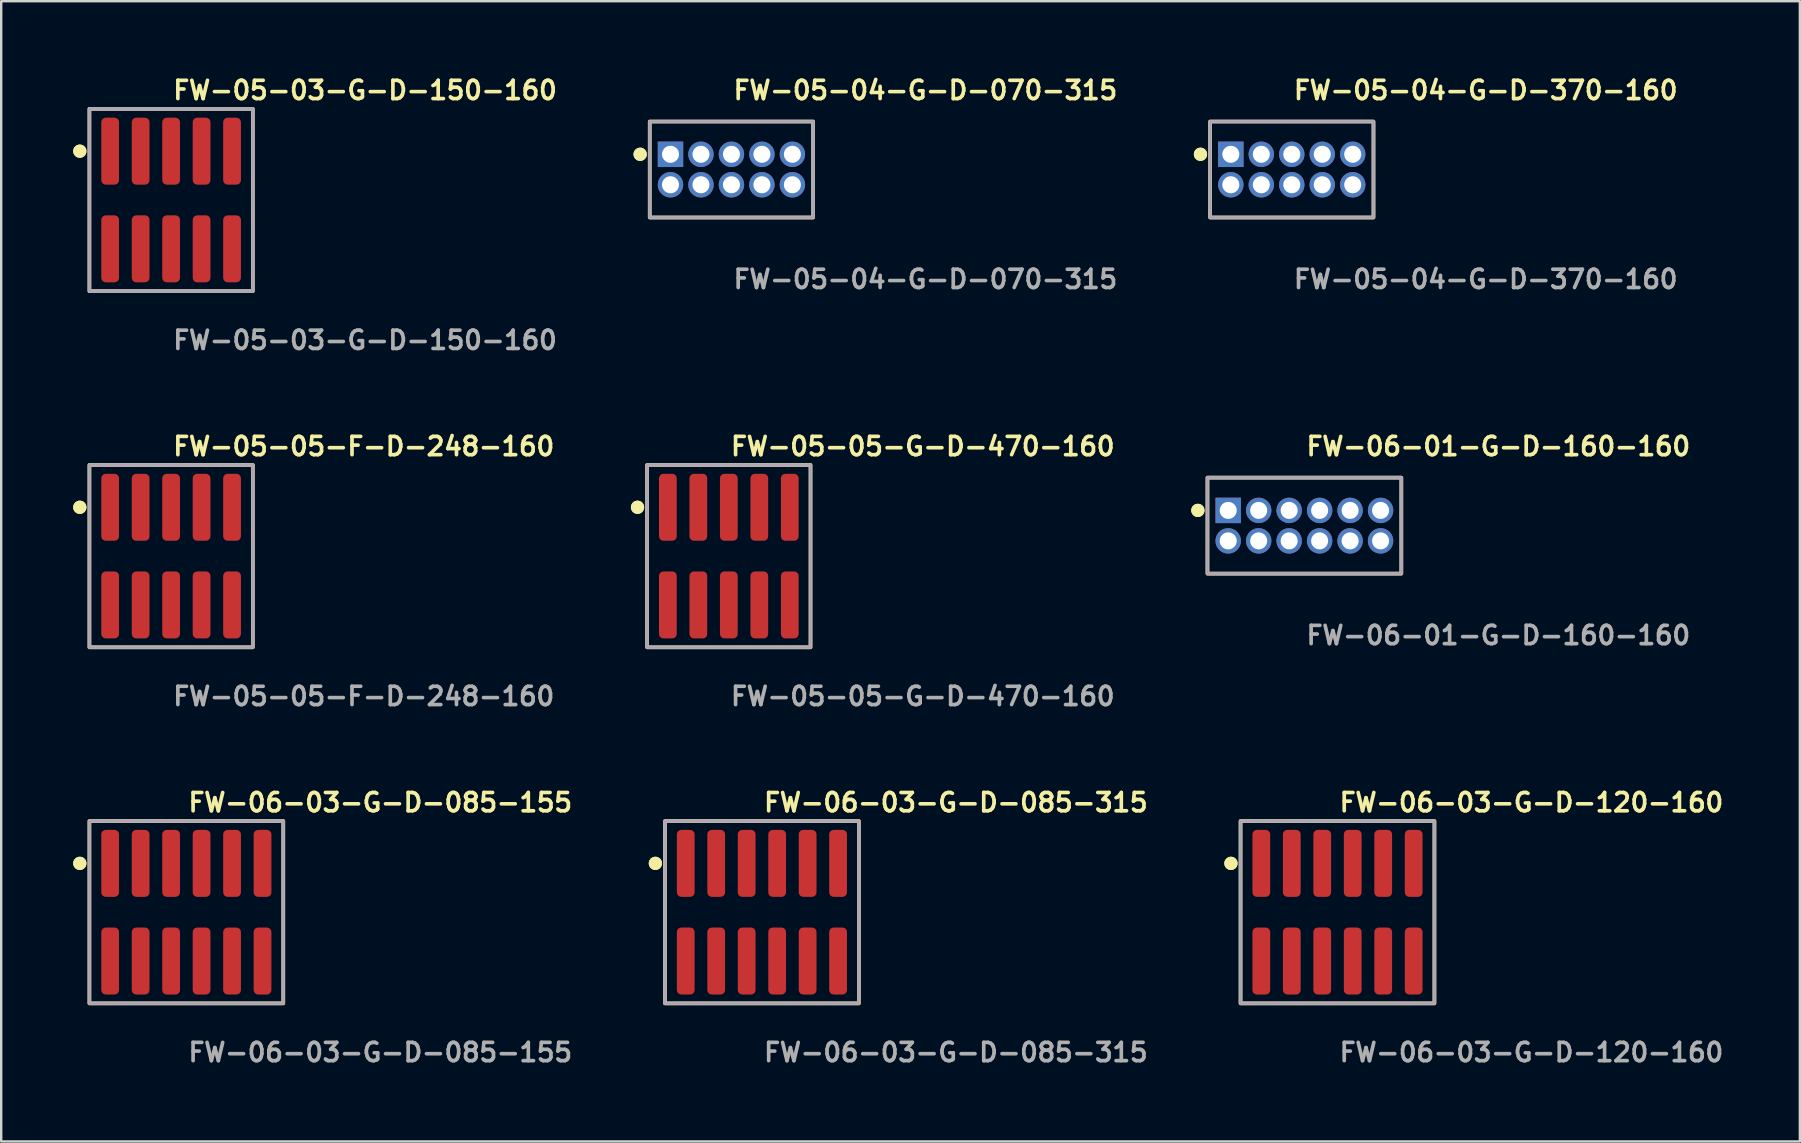
<source format=kicad_pcb>
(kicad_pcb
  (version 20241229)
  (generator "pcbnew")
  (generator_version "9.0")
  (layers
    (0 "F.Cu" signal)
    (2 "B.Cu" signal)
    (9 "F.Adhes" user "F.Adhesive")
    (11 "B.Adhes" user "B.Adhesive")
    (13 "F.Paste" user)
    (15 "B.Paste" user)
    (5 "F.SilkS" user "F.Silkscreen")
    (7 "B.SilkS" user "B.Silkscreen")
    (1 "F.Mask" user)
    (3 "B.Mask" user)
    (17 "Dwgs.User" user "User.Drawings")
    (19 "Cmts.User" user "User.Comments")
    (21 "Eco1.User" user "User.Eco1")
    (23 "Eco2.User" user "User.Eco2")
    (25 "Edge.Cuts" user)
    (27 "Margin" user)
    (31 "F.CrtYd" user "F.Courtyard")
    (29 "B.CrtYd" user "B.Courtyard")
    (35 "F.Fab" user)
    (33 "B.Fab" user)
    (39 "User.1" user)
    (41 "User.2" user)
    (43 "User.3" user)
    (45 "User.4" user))
  (footprint "FW-05-05-F-D-248-160"
    (layer "F.Cu")
    (at 4.081 20.126)
    (property "Reference" "FW-05-05-F-D-248-160" (at 0 -4.572 0) (unlocked yes) (layer "F.SilkS") (effects (font (size 0.762 0.762) (thickness 0.152)) (justify left)))
    (fp_rect (start -3.405 3.8) (end 3.405 -3.8) (stroke (width 0.152) (type solid)) (fill no) (layer "F.SilkS"))
    (fp_circle (center -3.805 -2.035) (end -4.005 -2.035) (stroke (width 0.152) (type solid)) (fill yes) (layer "F.SilkS"))
    (fp_circle (center -3.805 -2.035) (end -4.005 -2.035) (stroke (width 0.152) (type solid)) (fill yes) (layer "F.SilkS"))
    (fp_rect (start -3.405 3.8) (end 3.405 -3.8) (stroke (width 0.006) (type solid)) (fill no) (layer "F.CrtYd"))
    (fp_rect (start -3.405 3.8) (end 3.405 -3.8) (stroke (width 0.152) (type solid)) (fill no) (layer "F.Fab"))
    (fp_text user "${REFERENCE}" (at 0 5.842 0) (unlocked yes) (layer "F.Fab") (effects (font (size 0.762 0.762) (thickness 0.152)) (justify left)))
    (pad "1" smd roundrect (at -2.54 -2.035) (size 0.74 2.79) (layers "F.Cu" "F.Paste") (roundrect_rratio 0.25))
    (pad "2" smd roundrect (at -2.54 2.035) (size 0.74 2.79) (layers "F.Cu" "F.Paste") (roundrect_rratio 0.25))
    (pad "3" smd roundrect (at -1.27 -2.035) (size 0.74 2.79) (layers "F.Cu" "F.Paste") (roundrect_rratio 0.25))
    (pad "4" smd roundrect (at -1.27 2.035) (size 0.74 2.79) (layers "F.Cu" "F.Paste") (roundrect_rratio 0.25))
    (pad "5" smd roundrect (at 0 -2.035) (size 0.74 2.79) (layers "F.Cu" "F.Paste") (roundrect_rratio 0.25))
    (pad "6" smd roundrect (at 0 2.035) (size 0.74 2.79) (layers "F.Cu" "F.Paste") (roundrect_rratio 0.25))
    (pad "7" smd roundrect (at 1.27 -2.035) (size 0.74 2.79) (layers "F.Cu" "F.Paste") (roundrect_rratio 0.25))
    (pad "8" smd roundrect (at 1.27 2.035) (size 0.74 2.79) (layers "F.Cu" "F.Paste") (roundrect_rratio 0.25))
    (pad "9" smd roundrect (at 2.54 -2.035) (size 0.74 2.79) (layers "F.Cu" "F.Paste") (roundrect_rratio 0.25))
    (pad "10" smd roundrect (at 2.54 2.035) (size 0.74 2.79) (layers "F.Cu" "F.Paste") (roundrect_rratio 0.25)))
  (footprint "FW-05-04-G-D-070-315"
    (layer "F.Cu")
    (at 27.433 4.015)
    (property "Reference" "FW-05-04-G-D-070-315" (at 0 -3.302 0) (unlocked yes) (layer "F.SilkS") (effects (font (size 0.762 0.762) (thickness 0.152)) (justify left)))
    (fp_rect (start -3.405 2) (end 3.405 -2) (stroke (width 0.152) (type solid)) (fill no) (layer "F.SilkS"))
    (fp_circle (center -3.805 -0.635) (end -4.005 -0.635) (stroke (width 0.152) (type solid)) (fill yes) (layer "F.SilkS"))
    (fp_circle (center -3.805 -0.635) (end -4.005 -0.635) (stroke (width 0.152) (type solid)) (fill yes) (layer "F.SilkS"))
    (fp_rect (start -3.405 2) (end 3.405 -2) (stroke (width 0.006) (type solid)) (fill no) (layer "F.CrtYd"))
    (fp_rect (start -3.405 2) (end 3.405 -2) (stroke (width 0.152) (type solid)) (fill no) (layer "F.Fab"))
    (fp_text user "${REFERENCE}" (at 0 4.572 0) (unlocked yes) (layer "F.Fab") (effects (font (size 0.762 0.762) (thickness 0.152)) (justify left)))
    (pad "1" thru_hole rect (at -2.54 -0.635) (size 1.06 1.06) (drill 0.71) (layers "*.Cu" "*.Mask"))
    (pad "2" thru_hole circle (at -2.54 0.635) (size 1.06 1.06) (drill 0.71) (layers "*.Cu" "*.Mask"))
    (pad "3" thru_hole circle (at -1.27 -0.635) (size 1.06 1.06) (drill 0.71) (layers "*.Cu" "*.Mask"))
    (pad "4" thru_hole circle (at -1.27 0.635) (size 1.06 1.06) (drill 0.71) (layers "*.Cu" "*.Mask"))
    (pad "5" thru_hole circle (at 0 -0.635) (size 1.06 1.06) (drill 0.71) (layers "*.Cu" "*.Mask"))
    (pad "6" thru_hole circle (at 0 0.635) (size 1.06 1.06) (drill 0.71) (layers "*.Cu" "*.Mask"))
    (pad "7" thru_hole circle (at 1.27 -0.635) (size 1.06 1.06) (drill 0.71) (layers "*.Cu" "*.Mask"))
    (pad "8" thru_hole circle (at 1.27 0.635) (size 1.06 1.06) (drill 0.71) (layers "*.Cu" "*.Mask"))
    (pad "9" thru_hole circle (at 2.54 -0.635) (size 1.06 1.06) (drill 0.71) (layers "*.Cu" "*.Mask"))
    (pad "10" thru_hole circle (at 2.54 0.635) (size 1.06 1.06) (drill 0.71) (layers "*.Cu" "*.Mask")))
  (footprint "FW-06-03-G-D-120-160"
    (layer "F.Cu")
    (at 52.69 34.966)
    (property "Reference" "FW-06-03-G-D-120-160" (at 0 -4.572 0) (unlocked yes) (layer "F.SilkS") (effects (font (size 0.762 0.762) (thickness 0.152)) (justify left)))
    (fp_rect (start -4.04 3.8) (end 4.04 -3.8) (stroke (width 0.152) (type solid)) (fill no) (layer "F.SilkS"))
    (fp_circle (center -4.44 -2.035) (end -4.64 -2.035) (stroke (width 0.152) (type solid)) (fill yes) (layer "F.SilkS"))
    (fp_circle (center -4.44 -2.035) (end -4.64 -2.035) (stroke (width 0.152) (type solid)) (fill yes) (layer "F.SilkS"))
    (fp_rect (start -4.04 3.8) (end 4.04 -3.8) (stroke (width 0.006) (type solid)) (fill no) (layer "F.CrtYd"))
    (fp_rect (start -4.04 3.8) (end 4.04 -3.8) (stroke (width 0.152) (type solid)) (fill no) (layer "F.Fab"))
    (fp_text user "${REFERENCE}" (at 0 5.842 0) (unlocked yes) (layer "F.Fab") (effects (font (size 0.762 0.762) (thickness 0.152)) (justify left)))
    (pad "1" smd roundrect (at -3.175 -2.035) (size 0.74 2.79) (layers "F.Cu" "F.Paste") (roundrect_rratio 0.25))
    (pad "2" smd roundrect (at -3.175 2.035) (size 0.74 2.79) (layers "F.Cu" "F.Paste") (roundrect_rratio 0.25))
    (pad "3" smd roundrect (at -1.905 -2.035) (size 0.74 2.79) (layers "F.Cu" "F.Paste") (roundrect_rratio 0.25))
    (pad "4" smd roundrect (at -1.905 2.035) (size 0.74 2.79) (layers "F.Cu" "F.Paste") (roundrect_rratio 0.25))
    (pad "5" smd roundrect (at -0.635 -2.035) (size 0.74 2.79) (layers "F.Cu" "F.Paste") (roundrect_rratio 0.25))
    (pad "6" smd roundrect (at -0.635 2.035) (size 0.74 2.79) (layers "F.Cu" "F.Paste") (roundrect_rratio 0.25))
    (pad "7" smd roundrect (at 0.635 -2.035) (size 0.74 2.79) (layers "F.Cu" "F.Paste") (roundrect_rratio 0.25))
    (pad "8" smd roundrect (at 0.635 2.035) (size 0.74 2.79) (layers "F.Cu" "F.Paste") (roundrect_rratio 0.25))
    (pad "9" smd roundrect (at 1.905 -2.035) (size 0.74 2.79) (layers "F.Cu" "F.Paste") (roundrect_rratio 0.25))
    (pad "10" smd roundrect (at 1.905 2.035) (size 0.74 2.79) (layers "F.Cu" "F.Paste") (roundrect_rratio 0.25))
    (pad "11" smd roundrect (at 3.175 -2.035) (size 0.74 2.79) (layers "F.Cu" "F.Paste") (roundrect_rratio 0.25))
    (pad "12" smd roundrect (at 3.175 2.035) (size 0.74 2.79) (layers "F.Cu" "F.Paste") (roundrect_rratio 0.25)))
  (footprint "FW-05-04-G-D-370-160"
    (layer "F.Cu")
    (at 50.785 4.015)
    (property "Reference" "FW-05-04-G-D-370-160" (at 0 -3.302 0) (unlocked yes) (layer "F.SilkS") (effects (font (size 0.762 0.762) (thickness 0.152)) (justify left)))
    (fp_rect (start -3.405 2) (end 3.405 -2) (stroke (width 0.152) (type solid)) (fill no) (layer "F.SilkS"))
    (fp_circle (center -3.805 -0.635) (end -4.005 -0.635) (stroke (width 0.152) (type solid)) (fill yes) (layer "F.SilkS"))
    (fp_circle (center -3.805 -0.635) (end -4.005 -0.635) (stroke (width 0.152) (type solid)) (fill yes) (layer "F.SilkS"))
    (fp_rect (start -3.405 2) (end 3.405 -2) (stroke (width 0.006) (type solid)) (fill no) (layer "F.CrtYd"))
    (fp_rect (start -3.405 2) (end 3.405 -2) (stroke (width 0.152) (type solid)) (fill no) (layer "F.Fab"))
    (fp_text user "${REFERENCE}" (at 0 4.572 0) (unlocked yes) (layer "F.Fab") (effects (font (size 0.762 0.762) (thickness 0.152)) (justify left)))
    (pad "1" thru_hole rect (at -2.54 -0.635) (size 1.06 1.06) (drill 0.71) (layers "*.Cu" "*.Mask"))
    (pad "2" thru_hole circle (at -2.54 0.635) (size 1.06 1.06) (drill 0.71) (layers "*.Cu" "*.Mask"))
    (pad "3" thru_hole circle (at -1.27 -0.635) (size 1.06 1.06) (drill 0.71) (layers "*.Cu" "*.Mask"))
    (pad "4" thru_hole circle (at -1.27 0.635) (size 1.06 1.06) (drill 0.71) (layers "*.Cu" "*.Mask"))
    (pad "5" thru_hole circle (at 0 -0.635) (size 1.06 1.06) (drill 0.71) (layers "*.Cu" "*.Mask"))
    (pad "6" thru_hole circle (at 0 0.635) (size 1.06 1.06) (drill 0.71) (layers "*.Cu" "*.Mask"))
    (pad "7" thru_hole circle (at 1.27 -0.635) (size 1.06 1.06) (drill 0.71) (layers "*.Cu" "*.Mask"))
    (pad "8" thru_hole circle (at 1.27 0.635) (size 1.06 1.06) (drill 0.71) (layers "*.Cu" "*.Mask"))
    (pad "9" thru_hole circle (at 2.54 -0.635) (size 1.06 1.06) (drill 0.71) (layers "*.Cu" "*.Mask"))
    (pad "10" thru_hole circle (at 2.54 0.635) (size 1.06 1.06) (drill 0.71) (layers "*.Cu" "*.Mask")))
  (footprint "FW-05-05-G-D-470-160"
    (layer "F.Cu")
    (at 27.324 20.126)
    (property "Reference" "FW-05-05-G-D-470-160" (at 0 -4.572 0) (unlocked yes) (layer "F.SilkS") (effects (font (size 0.762 0.762) (thickness 0.152)) (justify left)))
    (fp_rect (start -3.405 3.8) (end 3.405 -3.8) (stroke (width 0.152) (type solid)) (fill no) (layer "F.SilkS"))
    (fp_circle (center -3.805 -2.035) (end -4.005 -2.035) (stroke (width 0.152) (type solid)) (fill yes) (layer "F.SilkS"))
    (fp_circle (center -3.805 -2.035) (end -4.005 -2.035) (stroke (width 0.152) (type solid)) (fill yes) (layer "F.SilkS"))
    (fp_rect (start -3.405 3.8) (end 3.405 -3.8) (stroke (width 0.006) (type solid)) (fill no) (layer "F.CrtYd"))
    (fp_rect (start -3.405 3.8) (end 3.405 -3.8) (stroke (width 0.152) (type solid)) (fill no) (layer "F.Fab"))
    (fp_text user "${REFERENCE}" (at 0 5.842 0) (unlocked yes) (layer "F.Fab") (effects (font (size 0.762 0.762) (thickness 0.152)) (justify left)))
    (pad "1" smd roundrect (at -2.54 -2.035) (size 0.74 2.79) (layers "F.Cu" "F.Paste") (roundrect_rratio 0.25))
    (pad "2" smd roundrect (at -2.54 2.035) (size 0.74 2.79) (layers "F.Cu" "F.Paste") (roundrect_rratio 0.25))
    (pad "3" smd roundrect (at -1.27 -2.035) (size 0.74 2.79) (layers "F.Cu" "F.Paste") (roundrect_rratio 0.25))
    (pad "4" smd roundrect (at -1.27 2.035) (size 0.74 2.79) (layers "F.Cu" "F.Paste") (roundrect_rratio 0.25))
    (pad "5" smd roundrect (at 0 -2.035) (size 0.74 2.79) (layers "F.Cu" "F.Paste") (roundrect_rratio 0.25))
    (pad "6" smd roundrect (at 0 2.035) (size 0.74 2.79) (layers "F.Cu" "F.Paste") (roundrect_rratio 0.25))
    (pad "7" smd roundrect (at 1.27 -2.035) (size 0.74 2.79) (layers "F.Cu" "F.Paste") (roundrect_rratio 0.25))
    (pad "8" smd roundrect (at 1.27 2.035) (size 0.74 2.79) (layers "F.Cu" "F.Paste") (roundrect_rratio 0.25))
    (pad "9" smd roundrect (at 2.54 -2.035) (size 0.74 2.79) (layers "F.Cu" "F.Paste") (roundrect_rratio 0.25))
    (pad "10" smd roundrect (at 2.54 2.035) (size 0.74 2.79) (layers "F.Cu" "F.Paste") (roundrect_rratio 0.25)))
  (footprint "FW-06-03-G-D-085-315"
    (layer "F.Cu")
    (at 28.703 34.966)
    (property "Reference" "FW-06-03-G-D-085-315" (at 0 -4.572 0) (unlocked yes) (layer "F.SilkS") (effects (font (size 0.762 0.762) (thickness 0.152)) (justify left)))
    (fp_rect (start -4.04 3.8) (end 4.04 -3.8) (stroke (width 0.152) (type solid)) (fill no) (layer "F.SilkS"))
    (fp_circle (center -4.44 -2.035) (end -4.64 -2.035) (stroke (width 0.152) (type solid)) (fill yes) (layer "F.SilkS"))
    (fp_circle (center -4.44 -2.035) (end -4.64 -2.035) (stroke (width 0.152) (type solid)) (fill yes) (layer "F.SilkS"))
    (fp_rect (start -4.04 3.8) (end 4.04 -3.8) (stroke (width 0.006) (type solid)) (fill no) (layer "F.CrtYd"))
    (fp_rect (start -4.04 3.8) (end 4.04 -3.8) (stroke (width 0.152) (type solid)) (fill no) (layer "F.Fab"))
    (fp_text user "${REFERENCE}" (at 0 5.842 0) (unlocked yes) (layer "F.Fab") (effects (font (size 0.762 0.762) (thickness 0.152)) (justify left)))
    (pad "1" smd roundrect (at -3.175 -2.035) (size 0.74 2.79) (layers "F.Cu" "F.Paste") (roundrect_rratio 0.25))
    (pad "2" smd roundrect (at -3.175 2.035) (size 0.74 2.79) (layers "F.Cu" "F.Paste") (roundrect_rratio 0.25))
    (pad "3" smd roundrect (at -1.905 -2.035) (size 0.74 2.79) (layers "F.Cu" "F.Paste") (roundrect_rratio 0.25))
    (pad "4" smd roundrect (at -1.905 2.035) (size 0.74 2.79) (layers "F.Cu" "F.Paste") (roundrect_rratio 0.25))
    (pad "5" smd roundrect (at -0.635 -2.035) (size 0.74 2.79) (layers "F.Cu" "F.Paste") (roundrect_rratio 0.25))
    (pad "6" smd roundrect (at -0.635 2.035) (size 0.74 2.79) (layers "F.Cu" "F.Paste") (roundrect_rratio 0.25))
    (pad "7" smd roundrect (at 0.635 -2.035) (size 0.74 2.79) (layers "F.Cu" "F.Paste") (roundrect_rratio 0.25))
    (pad "8" smd roundrect (at 0.635 2.035) (size 0.74 2.79) (layers "F.Cu" "F.Paste") (roundrect_rratio 0.25))
    (pad "9" smd roundrect (at 1.905 -2.035) (size 0.74 2.79) (layers "F.Cu" "F.Paste") (roundrect_rratio 0.25))
    (pad "10" smd roundrect (at 1.905 2.035) (size 0.74 2.79) (layers "F.Cu" "F.Paste") (roundrect_rratio 0.25))
    (pad "11" smd roundrect (at 3.175 -2.035) (size 0.74 2.79) (layers "F.Cu" "F.Paste") (roundrect_rratio 0.25))
    (pad "12" smd roundrect (at 3.175 2.035) (size 0.74 2.79) (layers "F.Cu" "F.Paste") (roundrect_rratio 0.25)))
  (footprint "FW-06-03-G-D-085-155"
    (layer "F.Cu")
    (at 4.716 34.966)
    (property "Reference" "FW-06-03-G-D-085-155" (at 0 -4.572 0) (unlocked yes) (layer "F.SilkS") (effects (font (size 0.762 0.762) (thickness 0.152)) (justify left)))
    (fp_rect (start -4.04 3.8) (end 4.04 -3.8) (stroke (width 0.152) (type solid)) (fill no) (layer "F.SilkS"))
    (fp_circle (center -4.44 -2.035) (end -4.64 -2.035) (stroke (width 0.152) (type solid)) (fill yes) (layer "F.SilkS"))
    (fp_circle (center -4.44 -2.035) (end -4.64 -2.035) (stroke (width 0.152) (type solid)) (fill yes) (layer "F.SilkS"))
    (fp_rect (start -4.04 3.8) (end 4.04 -3.8) (stroke (width 0.006) (type solid)) (fill no) (layer "F.CrtYd"))
    (fp_rect (start -4.04 3.8) (end 4.04 -3.8) (stroke (width 0.152) (type solid)) (fill no) (layer "F.Fab"))
    (fp_text user "${REFERENCE}" (at 0 5.842 0) (unlocked yes) (layer "F.Fab") (effects (font (size 0.762 0.762) (thickness 0.152)) (justify left)))
    (pad "1" smd roundrect (at -3.175 -2.035) (size 0.74 2.79) (layers "F.Cu" "F.Paste") (roundrect_rratio 0.25))
    (pad "2" smd roundrect (at -3.175 2.035) (size 0.74 2.79) (layers "F.Cu" "F.Paste") (roundrect_rratio 0.25))
    (pad "3" smd roundrect (at -1.905 -2.035) (size 0.74 2.79) (layers "F.Cu" "F.Paste") (roundrect_rratio 0.25))
    (pad "4" smd roundrect (at -1.905 2.035) (size 0.74 2.79) (layers "F.Cu" "F.Paste") (roundrect_rratio 0.25))
    (pad "5" smd roundrect (at -0.635 -2.035) (size 0.74 2.79) (layers "F.Cu" "F.Paste") (roundrect_rratio 0.25))
    (pad "6" smd roundrect (at -0.635 2.035) (size 0.74 2.79) (layers "F.Cu" "F.Paste") (roundrect_rratio 0.25))
    (pad "7" smd roundrect (at 0.635 -2.035) (size 0.74 2.79) (layers "F.Cu" "F.Paste") (roundrect_rratio 0.25))
    (pad "8" smd roundrect (at 0.635 2.035) (size 0.74 2.79) (layers "F.Cu" "F.Paste") (roundrect_rratio 0.25))
    (pad "9" smd roundrect (at 1.905 -2.035) (size 0.74 2.79) (layers "F.Cu" "F.Paste") (roundrect_rratio 0.25))
    (pad "10" smd roundrect (at 1.905 2.035) (size 0.74 2.79) (layers "F.Cu" "F.Paste") (roundrect_rratio 0.25))
    (pad "11" smd roundrect (at 3.175 -2.035) (size 0.74 2.79) (layers "F.Cu" "F.Paste") (roundrect_rratio 0.25))
    (pad "12" smd roundrect (at 3.175 2.035) (size 0.74 2.79) (layers "F.Cu" "F.Paste") (roundrect_rratio 0.25)))
  (footprint "FW-06-01-G-D-160-160"
    (layer "F.Cu")
    (at 51.311 18.856)
    (property "Reference" "FW-06-01-G-D-160-160" (at 0 -3.302 0) (unlocked yes) (layer "F.SilkS") (effects (font (size 0.762 0.762) (thickness 0.152)) (justify left)))
    (fp_rect (start -4.04 2) (end 4.04 -2) (stroke (width 0.152) (type solid)) (fill no) (layer "F.SilkS"))
    (fp_circle (center -4.44 -0.635) (end -4.64 -0.635) (stroke (width 0.152) (type solid)) (fill yes) (layer "F.SilkS"))
    (fp_circle (center -4.44 -0.635) (end -4.64 -0.635) (stroke (width 0.152) (type solid)) (fill yes) (layer "F.SilkS"))
    (fp_rect (start -4.04 2) (end 4.04 -2) (stroke (width 0.006) (type solid)) (fill no) (layer "F.CrtYd"))
    (fp_rect (start -4.04 2) (end 4.04 -2) (stroke (width 0.152) (type solid)) (fill no) (layer "F.Fab"))
    (fp_text user "${REFERENCE}" (at 0 4.572 0) (unlocked yes) (layer "F.Fab") (effects (font (size 0.762 0.762) (thickness 0.152)) (justify left)))
    (pad "1" thru_hole rect (at -3.175 -0.635) (size 1.06 1.06) (drill 0.71) (layers "*.Cu" "*.Mask"))
    (pad "2" thru_hole circle (at -3.175 0.635) (size 1.06 1.06) (drill 0.71) (layers "*.Cu" "*.Mask"))
    (pad "3" thru_hole circle (at -1.905 -0.635) (size 1.06 1.06) (drill 0.71) (layers "*.Cu" "*.Mask"))
    (pad "4" thru_hole circle (at -1.905 0.635) (size 1.06 1.06) (drill 0.71) (layers "*.Cu" "*.Mask"))
    (pad "5" thru_hole circle (at -0.635 -0.635) (size 1.06 1.06) (drill 0.71) (layers "*.Cu" "*.Mask"))
    (pad "6" thru_hole circle (at -0.635 0.635) (size 1.06 1.06) (drill 0.71) (layers "*.Cu" "*.Mask"))
    (pad "7" thru_hole circle (at 0.635 -0.635) (size 1.06 1.06) (drill 0.71) (layers "*.Cu" "*.Mask"))
    (pad "8" thru_hole circle (at 0.635 0.635) (size 1.06 1.06) (drill 0.71) (layers "*.Cu" "*.Mask"))
    (pad "9" thru_hole circle (at 1.905 -0.635) (size 1.06 1.06) (drill 0.71) (layers "*.Cu" "*.Mask"))
    (pad "10" thru_hole circle (at 1.905 0.635) (size 1.06 1.06) (drill 0.71) (layers "*.Cu" "*.Mask"))
    (pad "11" thru_hole circle (at 3.175 -0.635) (size 1.06 1.06) (drill 0.71) (layers "*.Cu" "*.Mask"))
    (pad "12" thru_hole circle (at 3.175 0.635) (size 1.06 1.06) (drill 0.71) (layers "*.Cu" "*.Mask")))
  (footprint "FW-05-03-G-D-150-160"
    (layer "F.Cu")
    (at 4.081 5.285)
    (property "Reference" "FW-05-03-G-D-150-160" (at 0 -4.572 0) (unlocked yes) (layer "F.SilkS") (effects (font (size 0.762 0.762) (thickness 0.152)) (justify left)))
    (fp_rect (start -3.405 3.8) (end 3.405 -3.8) (stroke (width 0.152) (type solid)) (fill no) (layer "F.SilkS"))
    (fp_circle (center -3.805 -2.035) (end -4.005 -2.035) (stroke (width 0.152) (type solid)) (fill yes) (layer "F.SilkS"))
    (fp_circle (center -3.805 -2.035) (end -4.005 -2.035) (stroke (width 0.152) (type solid)) (fill yes) (layer "F.SilkS"))
    (fp_rect (start -3.405 3.8) (end 3.405 -3.8) (stroke (width 0.006) (type solid)) (fill no) (layer "F.CrtYd"))
    (fp_rect (start -3.405 3.8) (end 3.405 -3.8) (stroke (width 0.152) (type solid)) (fill no) (layer "F.Fab"))
    (fp_text user "${REFERENCE}" (at 0 5.842 0) (unlocked yes) (layer "F.Fab") (effects (font (size 0.762 0.762) (thickness 0.152)) (justify left)))
    (pad "1" smd roundrect (at -2.54 -2.035) (size 0.74 2.79) (layers "F.Cu" "F.Paste") (roundrect_rratio 0.25))
    (pad "2" smd roundrect (at -2.54 2.035) (size 0.74 2.79) (layers "F.Cu" "F.Paste") (roundrect_rratio 0.25))
    (pad "3" smd roundrect (at -1.27 -2.035) (size 0.74 2.79) (layers "F.Cu" "F.Paste") (roundrect_rratio 0.25))
    (pad "4" smd roundrect (at -1.27 2.035) (size 0.74 2.79) (layers "F.Cu" "F.Paste") (roundrect_rratio 0.25))
    (pad "5" smd roundrect (at 0 -2.035) (size 0.74 2.79) (layers "F.Cu" "F.Paste") (roundrect_rratio 0.25))
    (pad "6" smd roundrect (at 0 2.035) (size 0.74 2.79) (layers "F.Cu" "F.Paste") (roundrect_rratio 0.25))
    (pad "7" smd roundrect (at 1.27 -2.035) (size 0.74 2.79) (layers "F.Cu" "F.Paste") (roundrect_rratio 0.25))
    (pad "8" smd roundrect (at 1.27 2.035) (size 0.74 2.79) (layers "F.Cu" "F.Paste") (roundrect_rratio 0.25))
    (pad "9" smd roundrect (at 2.54 -2.035) (size 0.74 2.79) (layers "F.Cu" "F.Paste") (roundrect_rratio 0.25))
    (pad "10" smd roundrect (at 2.54 2.035) (size 0.74 2.79) (layers "F.Cu" "F.Paste") (roundrect_rratio 0.25)))
  (gr_rect
    (start -3 -3)
    (end 71.96 44.521)
    (stroke (width 0.1) (type default))
    (fill no)
    (layer "Edge.Cuts")))
</source>
